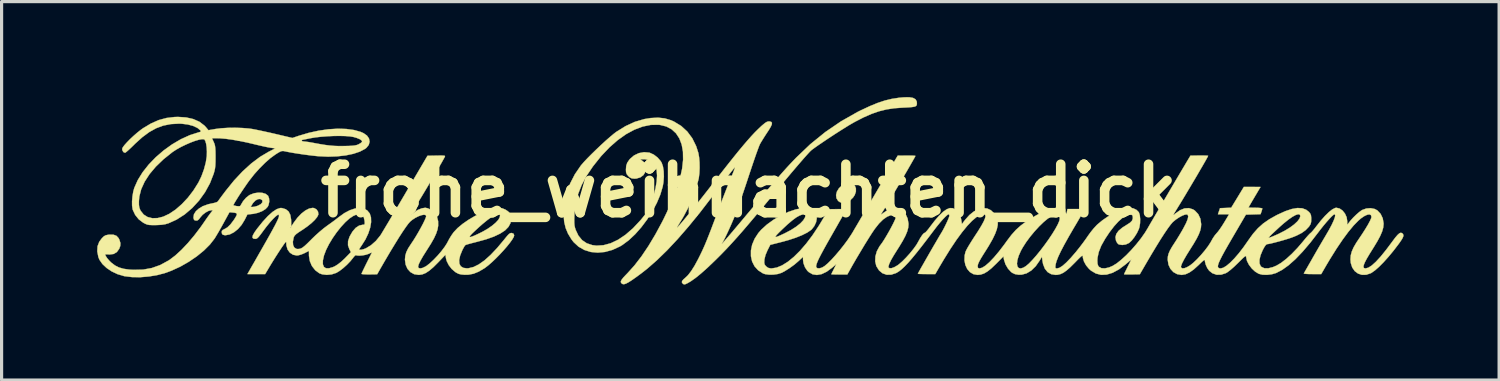
<source format=kicad_pcb>
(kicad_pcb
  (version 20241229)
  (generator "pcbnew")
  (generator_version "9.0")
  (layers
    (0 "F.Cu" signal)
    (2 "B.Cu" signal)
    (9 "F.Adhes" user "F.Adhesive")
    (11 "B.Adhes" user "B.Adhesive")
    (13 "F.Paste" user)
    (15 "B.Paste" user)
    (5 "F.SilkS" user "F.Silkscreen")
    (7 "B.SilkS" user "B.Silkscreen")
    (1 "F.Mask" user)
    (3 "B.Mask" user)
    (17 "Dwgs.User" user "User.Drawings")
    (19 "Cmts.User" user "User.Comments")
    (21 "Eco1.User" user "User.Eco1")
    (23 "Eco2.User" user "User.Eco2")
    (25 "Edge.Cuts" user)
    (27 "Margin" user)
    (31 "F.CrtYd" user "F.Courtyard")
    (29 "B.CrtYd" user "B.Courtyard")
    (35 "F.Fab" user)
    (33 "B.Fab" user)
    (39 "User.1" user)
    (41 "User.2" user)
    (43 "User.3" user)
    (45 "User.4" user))
  (footprint "frohe_weihnachten_dick"
    (layer "F.Cu")
    (at 20.472 2.943)
    (property "Reference" "frohe_weihnachten_dick" (at 0 0 0) (layer "F.SilkS") (effects (font (size 1.524 1.524) (thickness 0.3))))
    (attr through_hole)
    (fp_poly (pts (xy 3.269 -0.22) (xy 3.33 -0.16) (xy 3.363 -0.076) (xy 3.363 0.024) (xy 3.326 0.133) (xy 3.27 0.216) (xy 3.173 0.306) (xy 3.067 0.362) (xy 2.96 0.38) (xy 2.863 0.359) (xy 2.806 0.319) (xy 2.752 0.233) (xy 2.74 0.132) (xy 2.767 0.025) (xy 2.83 -0.079) (xy 2.926 -0.17) (xy 2.966 -0.197) (xy 3.082 -0.246) (xy 3.184 -0.251) (xy 3.269 -0.22)) (stroke (width 0.01) (type solid)) (fill yes) (layer "F.SilkS"))
    (fp_poly (pts (xy 5.156 -2.918) (xy 5.234 -2.876) (xy 5.272 -2.81) (xy 5.277 -2.781) (xy 5.279 -2.728) (xy 5.271 -2.688) (xy 5.246 -2.66) (xy 5.197 -2.641) (xy 5.117 -2.629) (xy 5 -2.62) (xy 4.84 -2.612) (xy 4.833 -2.612) (xy 4.569 -2.593) (xy 4.325 -2.556) (xy 4.09 -2.498) (xy 3.854 -2.416) (xy 3.605 -2.307) (xy 3.333 -2.167) (xy 3.257 -2.124) (xy 3.145 -2.059) (xy 3.006 -1.973) (xy 2.846 -1.872) (xy 2.676 -1.763) (xy 2.504 -1.65) (xy 2.339 -1.539) (xy 2.189 -1.437) (xy 2.064 -1.349) (xy 1.972 -1.281) (xy 1.964 -1.274) (xy 1.921 -1.234) (xy 1.85 -1.157) (xy 1.752 -1.048) (xy 1.631 -0.909) (xy 1.49 -0.745) (xy 1.331 -0.558) (xy 1.157 -0.351) (xy 0.972 -0.129) (xy 0.882 -0.02) (xy 0.621 0.295) (xy 0.389 0.575) (xy 0.181 0.822) (xy -0.004 1.041) (xy -0.17 1.235) (xy -0.321 1.408) (xy -0.46 1.563) (xy -0.59 1.706) (xy -0.714 1.838) (xy -0.836 1.964) (xy -0.959 2.088) (xy -1.083 2.21) (xy -1.306 2.423) (xy -1.502 2.597) (xy -1.673 2.736) (xy -1.823 2.842) (xy -1.922 2.9) (xy -1.991 2.933) (xy -2.033 2.94) (xy -2.066 2.925) (xy -2.068 2.923) (xy -2.102 2.881) (xy -2.098 2.836) (xy -2.052 2.781) (xy -2.006 2.742) (xy -1.91 2.65) (xy -1.81 2.52) (xy -1.702 2.349) (xy -1.585 2.133) (xy -1.564 2.09) (xy -1.512 1.985) (xy -1.464 1.885) (xy -1.418 1.783) (xy -1.37 1.674) (xy -1.319 1.55) (xy -1.262 1.407) (xy -1.196 1.238) (xy -1.12 1.037) (xy -1.029 0.797) (xy -0.969 0.635) (xy -0.892 0.431) (xy -0.813 0.225) (xy -0.736 0.027) (xy -0.665 -0.154) (xy -0.603 -0.308) (xy -0.555 -0.426) (xy -0.547 -0.443) (xy -0.5 -0.557) (xy -0.464 -0.649) (xy -0.442 -0.711) (xy -0.437 -0.737) (xy -0.441 -0.736) (xy -0.481 -0.688) (xy -0.548 -0.605) (xy -0.635 -0.494) (xy -0.739 -0.36) (xy -0.856 -0.209) (xy -0.979 -0.046) (xy -1.106 0.121) (xy -1.167 0.203) (xy -1.536 0.683) (xy -1.894 1.122) (xy -2.24 1.52) (xy -2.572 1.874) (xy -2.89 2.183) (xy -3.192 2.447) (xy -3.378 2.593) (xy -3.544 2.715) (xy -3.676 2.808) (xy -3.778 2.873) (xy -3.856 2.914) (xy -3.914 2.933) (xy -3.957 2.932) (xy -3.99 2.914) (xy -3.998 2.907) (xy -4.019 2.877) (xy -4.02 2.841) (xy -3.996 2.794) (xy -3.945 2.728) (xy -3.861 2.639) (xy -3.804 2.58) (xy -3.591 2.343) (xy -3.373 2.06) (xy -3.154 1.735) (xy -2.937 1.373) (xy -2.724 0.979) (xy -2.669 0.87) (xy -2.496 0.509) (xy -2.356 0.181) (xy -2.244 -0.121) (xy -2.16 -0.403) (xy -2.101 -0.67) (xy -2.096 -0.695) (xy -2.065 -0.974) (xy -2.069 -1.227) (xy -2.109 -1.452) (xy -2.183 -1.646) (xy -2.289 -1.807) (xy -2.426 -1.933) (xy -2.593 -2.021) (xy -2.789 -2.069) (xy -2.835 -2.074) (xy -3.08 -2.07) (xy -3.335 -2.018) (xy -3.595 -1.92) (xy -3.857 -1.778) (xy -4.119 -1.592) (xy -4.377 -1.366) (xy -4.629 -1.101) (xy -4.657 -1.068) (xy -4.9 -0.763) (xy -5.098 -0.468) (xy -5.252 -0.18) (xy -5.365 0.107) (xy -5.439 0.397) (xy -5.476 0.697) (xy -5.479 0.762) (xy -5.484 0.903) (xy -5.483 1.006) (xy -5.477 1.085) (xy -5.463 1.152) (xy -5.441 1.222) (xy -5.439 1.228) (xy -5.353 1.409) (xy -5.237 1.55) (xy -5.091 1.649) (xy -4.915 1.707) (xy -4.784 1.723) (xy -4.564 1.709) (xy -4.337 1.647) (xy -4.106 1.537) (xy -3.874 1.381) (xy -3.641 1.179) (xy -3.411 0.934) (xy -3.378 0.896) (xy -3.283 0.777) (xy -3.212 0.679) (xy -3.157 0.583) (xy -3.108 0.474) (xy -3.077 0.397) (xy -2.994 0.156) (xy -2.933 -0.074) (xy -2.896 -0.288) (xy -2.883 -0.48) (xy -2.895 -0.642) (xy -2.933 -0.768) (xy -2.937 -0.775) (xy -3.021 -0.891) (xy -3.13 -0.962) (xy -3.265 -0.99) (xy -3.286 -0.991) (xy -3.415 -0.991) (xy -3.352 -0.947) (xy -3.276 -0.883) (xy -3.238 -0.815) (xy -3.227 -0.724) (xy -3.248 -0.596) (xy -3.311 -0.493) (xy -3.409 -0.421) (xy -3.535 -0.384) (xy -3.591 -0.381) (xy -3.676 -0.389) (xy -3.739 -0.42) (xy -3.783 -0.459) (xy -3.833 -0.519) (xy -3.856 -0.58) (xy -3.861 -0.661) (xy -3.852 -0.782) (xy -3.82 -0.879) (xy -3.756 -0.973) (xy -3.732 -1.002) (xy -3.605 -1.111) (xy -3.454 -1.183) (xy -3.292 -1.213) (xy -3.13 -1.199) (xy -3.112 -1.194) (xy -2.987 -1.137) (xy -2.867 -1.045) (xy -2.769 -0.932) (xy -2.738 -0.88) (xy -2.698 -0.765) (xy -2.675 -0.616) (xy -2.669 -0.446) (xy -2.682 -0.269) (xy -2.705 -0.135) (xy -2.779 0.116) (xy -2.889 0.378) (xy -3.029 0.642) (xy -3.193 0.899) (xy -3.375 1.142) (xy -3.569 1.362) (xy -3.771 1.552) (xy -3.973 1.702) (xy -4.048 1.747) (xy -4.284 1.856) (xy -4.519 1.921) (xy -4.748 1.942) (xy -4.965 1.922) (xy -5.166 1.859) (xy -5.348 1.756) (xy -5.503 1.613) (xy -5.569 1.528) (xy -5.68 1.346) (xy -5.755 1.166) (xy -5.8 0.974) (xy -5.819 0.754) (xy -5.82 0.674) (xy -5.795 0.377) (xy -5.726 0.073) (xy -5.614 -0.228) (xy -5.465 -0.518) (xy -5.28 -0.788) (xy -5.26 -0.813) (xy -5.179 -0.906) (xy -5.068 -1.024) (xy -4.936 -1.157) (xy -4.791 -1.298) (xy -4.641 -1.44) (xy -4.494 -1.575) (xy -4.358 -1.694) (xy -4.242 -1.791) (xy -4.166 -1.849) (xy -3.873 -2.031) (xy -3.582 -2.165) (xy -3.286 -2.252) (xy -3.084 -2.285) (xy -2.851 -2.297) (xy -2.644 -2.275) (xy -2.448 -2.217) (xy -2.349 -2.173) (xy -2.125 -2.036) (xy -1.934 -1.861) (xy -1.777 -1.65) (xy -1.655 -1.403) (xy -1.586 -1.188) (xy -1.563 -1.057) (xy -1.549 -0.894) (xy -1.546 -0.719) (xy -1.554 -0.548) (xy -1.572 -0.402) (xy -1.574 -0.391) (xy -1.628 -0.176) (xy -1.708 0.064) (xy -1.808 0.317) (xy -1.923 0.567) (xy -2.047 0.801) (xy -2.099 0.889) (xy -2.155 0.981) (xy -2.208 1.067) (xy -2.245 1.129) (xy -2.246 1.13) (xy -2.258 1.155) (xy -2.241 1.144) (xy -2.199 1.099) (xy -2.134 1.025) (xy -2.048 0.924) (xy -1.946 0.8) (xy -1.828 0.656) (xy -1.699 0.496) (xy -1.561 0.323) (xy -1.416 0.14) (xy -1.268 -0.049) (xy -1.16 -0.188) (xy -0.915 -0.503) (xy -0.697 -0.781) (xy -0.504 -1.024) (xy -0.333 -1.236) (xy -0.18 -1.42) (xy -0.044 -1.579) (xy 0.078 -1.716) (xy 0.189 -1.835) (xy 0.293 -1.938) (xy 0.39 -2.03) (xy 0.43 -2.065) (xy 0.512 -2.132) (xy 0.572 -2.168) (xy 0.624 -2.18) (xy 0.646 -2.179) (xy 0.7 -2.166) (xy 0.725 -2.138) (xy 0.722 -2.088) (xy 0.689 -2.012) (xy 0.625 -1.905) (xy 0.577 -1.833) (xy 0.503 -1.72) (xy 0.433 -1.608) (xy 0.375 -1.513) (xy 0.346 -1.46) (xy 0.323 -1.407) (xy 0.287 -1.311) (xy 0.239 -1.18) (xy 0.183 -1.02) (xy 0.121 -0.838) (xy 0.055 -0.641) (xy -0.002 -0.47) (xy -0.074 -0.251) (xy -0.148 -0.031) (xy -0.22 0.182) (xy -0.289 0.378) (xy -0.349 0.549) (xy -0.4 0.686) (xy -0.424 0.749) (xy -0.484 0.895) (xy -0.551 1.051) (xy -0.621 1.208) (xy -0.69 1.356) (xy -0.753 1.486) (xy -0.806 1.588) (xy -0.843 1.651) (xy -0.854 1.67) (xy -0.832 1.651) (xy -0.78 1.592) (xy -0.696 1.496) (xy -0.581 1.362) (xy -0.436 1.191) (xy -0.26 0.982) (xy -0.055 0.737) (xy 0.084 0.572) (xy 0.297 0.316) (xy 0.483 0.095) (xy 0.643 -0.096) (xy 0.782 -0.259) (xy 0.903 -0.401) (xy 1.01 -0.524) (xy 1.107 -0.633) (xy 1.197 -0.733) (xy 1.285 -0.828) (xy 1.373 -0.921) (xy 1.465 -1.017) (xy 1.485 -1.038) (xy 1.931 -1.463) (xy 2.401 -1.844) (xy 2.895 -2.181) (xy 3.415 -2.476) (xy 3.518 -2.527) (xy 3.796 -2.657) (xy 4.044 -2.759) (xy 4.273 -2.835) (xy 4.494 -2.888) (xy 4.716 -2.922) (xy 4.875 -2.936) (xy 5.038 -2.938) (xy 5.156 -2.918)) (stroke (width 0.01) (type solid)) (fill yes) (layer "F.SilkS"))
    (fp_poly (pts (xy -17.675 -2.304) (xy -17.448 -2.252) (xy -17.256 -2.167) (xy -17.099 -2.047) (xy -17.048 -1.991) (xy -16.975 -1.903) (xy -16.752 -1.942) (xy -16.575 -1.964) (xy -16.365 -1.977) (xy -16.14 -1.98) (xy -15.918 -1.973) (xy -15.714 -1.957) (xy -15.599 -1.941) (xy -15.499 -1.922) (xy -15.362 -1.894) (xy -15.201 -1.859) (xy -15.028 -1.821) (xy -14.855 -1.781) (xy -14.851 -1.78) (xy -14.338 -1.659) (xy -14.134 -1.728) (xy -13.82 -1.821) (xy -13.508 -1.889) (xy -13.204 -1.932) (xy -12.914 -1.95) (xy -12.644 -1.942) (xy -12.402 -1.909) (xy -12.193 -1.85) (xy -12.101 -1.809) (xy -11.994 -1.733) (xy -11.931 -1.641) (xy -11.913 -1.541) (xy -11.939 -1.442) (xy -12.012 -1.351) (xy -12.054 -1.318) (xy -12.218 -1.231) (xy -12.424 -1.162) (xy -12.663 -1.112) (xy -12.929 -1.082) (xy -13.214 -1.072) (xy -13.513 -1.086) (xy -13.564 -1.09) (xy -13.74 -1.109) (xy -13.936 -1.134) (xy -14.136 -1.163) (xy -14.326 -1.193) (xy -14.49 -1.223) (xy -14.574 -1.241) (xy -14.626 -1.25) (xy -14.67 -1.248) (xy -14.72 -1.231) (xy -14.787 -1.194) (xy -14.876 -1.137) (xy -15.029 -1.026) (xy -15.195 -0.88) (xy -15.367 -0.708) (xy -15.535 -0.521) (xy -15.688 -0.327) (xy -15.71 -0.297) (xy -15.79 -0.184) (xy -15.873 -0.062) (xy -15.956 0.062) (xy -16.033 0.18) (xy -16.099 0.286) (xy -16.151 0.372) (xy -16.183 0.43) (xy -16.191 0.454) (xy -16.162 0.464) (xy -16.103 0.478) (xy -16.082 0.482) (xy -16.015 0.49) (xy -15.979 0.479) (xy -15.955 0.442) (xy -15.952 0.436) (xy -15.886 0.326) (xy -15.796 0.222) (xy -15.698 0.143) (xy -15.667 0.125) (xy -15.541 0.077) (xy -15.409 0.058) (xy -15.285 0.064) (xy -15.179 0.096) (xy -15.105 0.153) (xy -15.1 0.16) (xy -15.07 0.241) (xy -15.065 0.344) (xy -15.087 0.446) (xy -15.111 0.499) (xy -15.181 0.573) (xy -15.288 0.64) (xy -15.42 0.692) (xy -15.564 0.724) (xy -15.591 0.727) (xy -15.751 0.744) (xy -15.836 0.912) (xy -15.932 1.069) (xy -16.047 1.201) (xy -16.174 1.303) (xy -16.305 1.37) (xy -16.432 1.395) (xy -16.472 1.393) (xy -16.529 1.377) (xy -16.553 1.336) (xy -16.556 1.314) (xy -16.554 1.262) (xy -16.523 1.229) (xy -16.479 1.208) (xy -16.38 1.15) (xy -16.282 1.056) (xy -16.181 0.922) (xy -16.151 0.877) (xy -16.099 0.79) (xy -16.08 0.736) (xy -16.096 0.705) (xy -16.15 0.689) (xy -16.215 0.682) (xy -16.314 0.673) (xy -16.502 1.016) (xy -16.575 1.149) (xy -16.649 1.279) (xy -16.716 1.392) (xy -16.768 1.478) (xy -16.781 1.499) (xy -16.929 1.689) (xy -17.119 1.878) (xy -17.343 2.06) (xy -17.593 2.23) (xy -17.859 2.382) (xy -18.134 2.508) (xy -18.315 2.576) (xy -18.569 2.645) (xy -18.84 2.691) (xy -19.113 2.714) (xy -19.373 2.711) (xy -19.608 2.683) (xy -19.634 2.677) (xy -19.831 2.618) (xy -20.013 2.532) (xy -20.173 2.424) (xy -20.304 2.301) (xy -20.397 2.168) (xy -20.432 2.082) (xy -20.467 1.901) (xy -20.458 1.742) (xy -20.404 1.601) (xy -20.322 1.491) (xy -20.259 1.43) (xy -20.203 1.398) (xy -20.13 1.382) (xy -20.083 1.377) (xy -19.956 1.38) (xy -19.863 1.415) (xy -19.797 1.487) (xy -19.772 1.538) (xy -19.74 1.641) (xy -19.745 1.733) (xy -19.778 1.822) (xy -19.851 1.924) (xy -19.951 1.984) (xy -20.077 2) (xy -20.098 1.999) (xy -20.168 1.995) (xy -20.211 1.996) (xy -20.218 1.999) (xy -20.201 2.048) (xy -20.155 2.118) (xy -20.089 2.195) (xy -20.026 2.257) (xy -19.91 2.345) (xy -19.785 2.408) (xy -19.64 2.45) (xy -19.464 2.475) (xy -19.328 2.483) (xy -19.029 2.476) (xy -18.753 2.426) (xy -18.489 2.332) (xy -18.23 2.191) (xy -18.193 2.167) (xy -18.015 2.032) (xy -17.823 1.856) (xy -17.622 1.644) (xy -17.418 1.402) (xy -17.216 1.136) (xy -17.106 0.978) (xy -17.034 0.873) (xy -16.967 0.779) (xy -16.913 0.706) (xy -16.882 0.667) (xy -16.849 0.627) (xy -16.85 0.612) (xy -16.879 0.61) (xy -16.966 0.629) (xy -17.064 0.681) (xy -17.158 0.754) (xy -17.224 0.829) (xy -17.276 0.897) (xy -17.318 0.93) (xy -17.363 0.936) (xy -17.369 0.935) (xy -17.416 0.922) (xy -17.437 0.887) (xy -17.445 0.834) (xy -17.429 0.736) (xy -17.368 0.641) (xy -17.27 0.555) (xy -17.189 0.508) (xy -15.649 0.508) (xy -15.585 0.508) (xy -15.52 0.499) (xy -15.439 0.475) (xy -15.418 0.467) (xy -15.331 0.42) (xy -15.283 0.366) (xy -15.279 0.312) (xy -15.292 0.29) (xy -15.349 0.256) (xy -15.421 0.263) (xy -15.498 0.305) (xy -15.571 0.38) (xy -15.603 0.429) (xy -15.649 0.508) (xy -17.189 0.508) (xy -17.141 0.481) (xy -16.987 0.424) (xy -16.87 0.398) (xy -16.781 0.379) (xy -16.712 0.356) (xy -16.678 0.334) (xy -16.656 0.302) (xy -16.609 0.237) (xy -16.543 0.148) (xy -16.464 0.043) (xy -16.426 -0.007) (xy -16.168 -0.326) (xy -15.9 -0.612) (xy -15.627 -0.86) (xy -15.353 -1.066) (xy -15.083 -1.226) (xy -15.079 -1.228) (xy -14.872 -1.333) (xy -15.013 -1.351) (xy -15.091 -1.364) (xy -15.203 -1.387) (xy -15.337 -1.417) (xy -15.479 -1.45) (xy -15.511 -1.458) (xy -15.757 -1.516) (xy -16 -1.566) (xy -16.05 -1.575) (xy -14.046 -1.575) (xy -14.024 -1.556) (xy -13.976 -1.549) (xy -13.918 -1.543) (xy -13.828 -1.531) (xy -13.723 -1.513) (xy -13.703 -1.509) (xy -13.491 -1.47) (xy -13.315 -1.441) (xy -13.163 -1.422) (xy -13.023 -1.41) (xy -12.881 -1.405) (xy -12.725 -1.406) (xy -12.713 -1.406) (xy -12.562 -1.409) (xy -12.452 -1.415) (xy -12.371 -1.425) (xy -12.311 -1.439) (xy -12.261 -1.459) (xy -12.257 -1.461) (xy -12.194 -1.498) (xy -12.154 -1.532) (xy -12.148 -1.541) (xy -12.161 -1.58) (xy -12.219 -1.621) (xy -12.32 -1.662) (xy -12.421 -1.691) (xy -12.528 -1.709) (xy -12.675 -1.72) (xy -12.849 -1.724) (xy -13.041 -1.722) (xy -13.239 -1.713) (xy -13.433 -1.698) (xy -13.61 -1.678) (xy -13.761 -1.653) (xy -13.767 -1.652) (xy -13.872 -1.63) (xy -13.958 -1.613) (xy -14.014 -1.602) (xy -14.027 -1.6) (xy -14.046 -1.581) (xy -14.046 -1.575) (xy -16.05 -1.575) (xy -16.229 -1.606) (xy -16.435 -1.634) (xy -16.608 -1.649) (xy -16.681 -1.651) (xy -16.864 -1.651) (xy -16.808 -1.53) (xy -16.785 -1.474) (xy -16.769 -1.415) (xy -16.76 -1.343) (xy -16.754 -1.246) (xy -16.752 -1.112) (xy -16.752 -1.067) (xy -16.753 -0.915) (xy -16.758 -0.799) (xy -16.768 -0.706) (xy -16.786 -0.621) (xy -16.811 -0.534) (xy -16.927 -0.238) (xy -17.081 0.044) (xy -17.269 0.306) (xy -17.485 0.541) (xy -17.722 0.743) (xy -17.977 0.906) (xy -18.227 1.019) (xy -18.331 1.05) (xy -18.447 1.068) (xy -18.592 1.076) (xy -18.631 1.077) (xy -18.75 1.077) (xy -18.833 1.073) (xy -18.896 1.061) (xy -18.953 1.039) (xy -19.02 1.004) (xy -19.025 1.001) (xy -19.164 0.896) (xy -19.276 0.757) (xy -19.351 0.598) (xy -19.357 0.575) (xy -19.373 0.466) (xy -19.374 0.33) (xy -19.159 0.33) (xy -19.158 0.44) (xy -19.148 0.519) (xy -19.124 0.586) (xy -19.101 0.631) (xy -19.008 0.747) (xy -18.886 0.824) (xy -18.738 0.861) (xy -18.571 0.857) (xy -18.396 0.813) (xy -18.204 0.723) (xy -18.006 0.59) (xy -17.81 0.419) (xy -17.621 0.218) (xy -17.447 -0.009) (xy -17.292 -0.255) (xy -17.29 -0.258) (xy -17.195 -0.454) (xy -17.116 -0.67) (xy -17.058 -0.887) (xy -17.027 -1.087) (xy -17.026 -1.1) (xy -17.023 -1.235) (xy -17.03 -1.364) (xy -17.047 -1.477) (xy -17.072 -1.563) (xy -17.102 -1.612) (xy -17.111 -1.618) (xy -17.175 -1.622) (xy -17.274 -1.604) (xy -17.399 -1.567) (xy -17.54 -1.514) (xy -17.689 -1.449) (xy -17.838 -1.377) (xy -17.977 -1.299) (xy -18.097 -1.221) (xy -18.104 -1.216) (xy -18.386 -0.991) (xy -18.627 -0.759) (xy -18.825 -0.524) (xy -18.979 -0.286) (xy -19.087 -0.049) (xy -19.147 0.185) (xy -19.159 0.33) (xy -19.374 0.33) (xy -19.374 0.327) (xy -19.361 0.174) (xy -19.336 0.025) (xy -19.305 -0.087) (xy -19.195 -0.335) (xy -19.042 -0.582) (xy -18.851 -0.824) (xy -18.629 -1.054) (xy -18.382 -1.267) (xy -18.118 -1.457) (xy -17.842 -1.619) (xy -17.561 -1.747) (xy -17.302 -1.83) (xy -17.236 -1.849) (xy -17.212 -1.868) (xy -17.221 -1.892) (xy -17.222 -1.893) (xy -17.318 -1.974) (xy -17.455 -2.038) (xy -17.624 -2.083) (xy -17.817 -2.107) (xy -17.907 -2.109) (xy -18.159 -2.095) (xy -18.393 -2.048) (xy -18.616 -1.966) (xy -18.834 -1.845) (xy -19.054 -1.682) (xy -19.283 -1.475) (xy -19.313 -1.444) (xy -19.406 -1.354) (xy -19.488 -1.278) (xy -19.551 -1.223) (xy -19.589 -1.196) (xy -19.594 -1.194) (xy -19.645 -1.216) (xy -19.679 -1.273) (xy -19.685 -1.316) (xy -19.666 -1.362) (xy -19.615 -1.432) (xy -19.537 -1.519) (xy -19.441 -1.618) (xy -19.333 -1.719) (xy -19.22 -1.818) (xy -19.11 -1.906) (xy -19.03 -1.964) (xy -18.781 -2.113) (xy -18.542 -2.219) (xy -18.3 -2.286) (xy -18.046 -2.317) (xy -17.932 -2.321) (xy -17.675 -2.304)) (stroke (width 0.01) (type solid)) (fill yes) (layer "F.SilkS"))
    (fp_poly (pts (xy -9.608 -1.106) (xy -9.563 -1.102) (xy -9.545 -1.092) (xy -9.546 -1.075) (xy -9.555 -1.057) (xy -9.593 -0.988) (xy -9.652 -0.882) (xy -9.729 -0.749) (xy -9.819 -0.594) (xy -9.917 -0.426) (xy -10.02 -0.252) (xy -10.122 -0.08) (xy -10.22 0.084) (xy -10.309 0.231) (xy -10.342 0.284) (xy -10.424 0.42) (xy -10.497 0.54) (xy -10.556 0.639) (xy -10.597 0.71) (xy -10.616 0.747) (xy -10.617 0.75) (xy -10.6 0.744) (xy -10.556 0.712) (xy -10.516 0.679) (xy -10.399 0.601) (xy -10.271 0.55) (xy -10.162 0.533) (xy -10.082 0.551) (xy -9.99 0.595) (xy -9.907 0.655) (xy -9.862 0.704) (xy -9.792 0.828) (xy -9.76 0.954) (xy -9.759 1.1) (xy -9.779 1.216) (xy -9.822 1.344) (xy -9.89 1.492) (xy -9.988 1.664) (xy -10.112 1.86) (xy -10.231 2.048) (xy -10.317 2.198) (xy -10.37 2.309) (xy -10.389 2.383) (xy -10.389 2.387) (xy -10.37 2.427) (xy -10.318 2.438) (xy -10.242 2.421) (xy -10.15 2.375) (xy -10.126 2.36) (xy -10.019 2.277) (xy -9.899 2.165) (xy -9.774 2.034) (xy -9.656 1.896) (xy -9.555 1.762) (xy -9.48 1.645) (xy -9.464 1.614) (xy -9.405 1.503) (xy -9.365 1.439) (xy -8.771 1.439) (xy -8.762 1.453) (xy -8.723 1.447) (xy -8.685 1.434) (xy -8.618 1.407) (xy -8.522 1.363) (xy -8.413 1.31) (xy -8.354 1.28) (xy -8.206 1.195) (xy -8.07 1.101) (xy -7.956 1.006) (xy -7.872 0.916) (xy -7.828 0.84) (xy -7.813 0.776) (xy -7.83 0.745) (xy -7.885 0.737) (xy -7.961 0.757) (xy -8.068 0.815) (xy -8.203 0.911) (xy -8.364 1.042) (xy -8.474 1.139) (xy -8.602 1.257) (xy -8.693 1.344) (xy -8.749 1.404) (xy -8.771 1.439) (xy -9.365 1.439) (xy -9.334 1.389) (xy -9.272 1.302) (xy -9.148 1.17) (xy -8.989 1.038) (xy -8.805 0.911) (xy -8.607 0.794) (xy -8.404 0.693) (xy -8.205 0.613) (xy -8.021 0.558) (xy -7.86 0.534) (xy -7.838 0.534) (xy -7.746 0.55) (xy -7.647 0.591) (xy -7.561 0.648) (xy -7.506 0.711) (xy -7.505 0.713) (xy -7.48 0.786) (xy -7.468 0.875) (xy -7.468 0.891) (xy -7.488 1.018) (xy -7.552 1.135) (xy -7.658 1.244) (xy -7.811 1.344) (xy -8.009 1.438) (xy -8.255 1.525) (xy -8.551 1.606) (xy -8.587 1.615) (xy -8.704 1.645) (xy -8.803 1.672) (xy -8.874 1.693) (xy -8.905 1.706) (xy -8.93 1.738) (xy -8.967 1.802) (xy -8.999 1.863) (xy -9.068 2.032) (xy -9.1 2.174) (xy -9.093 2.287) (xy -9.05 2.37) (xy -8.971 2.42) (xy -8.856 2.436) (xy -8.802 2.432) (xy -8.647 2.394) (xy -8.482 2.312) (xy -8.303 2.186) (xy -8.111 2.014) (xy -7.905 1.796) (xy -7.683 1.531) (xy -7.661 1.503) (xy -7.588 1.414) (xy -7.536 1.359) (xy -7.496 1.332) (xy -7.459 1.325) (xy -7.446 1.326) (xy -7.392 1.346) (xy -7.371 1.397) (xy -7.371 1.398) (xy -7.385 1.45) (xy -7.431 1.529) (xy -7.504 1.631) (xy -7.597 1.747) (xy -7.707 1.873) (xy -7.826 2.002) (xy -7.949 2.127) (xy -8.071 2.243) (xy -8.186 2.343) (xy -8.289 2.422) (xy -8.304 2.432) (xy -8.483 2.538) (xy -8.645 2.604) (xy -8.803 2.635) (xy -8.926 2.638) (xy -9.035 2.628) (xy -9.115 2.609) (xy -9.187 2.573) (xy -9.22 2.552) (xy -9.332 2.456) (xy -9.426 2.335) (xy -9.491 2.206) (xy -9.513 2.122) (xy -9.53 2.01) (xy -9.762 2.252) (xy -9.91 2.4) (xy -10.037 2.508) (xy -10.149 2.582) (xy -10.254 2.625) (xy -10.357 2.641) (xy -10.376 2.641) (xy -10.514 2.619) (xy -10.631 2.553) (xy -10.722 2.452) (xy -10.78 2.321) (xy -10.802 2.167) (xy -10.802 2.158) (xy -10.791 2.039) (xy -10.759 1.927) (xy -10.7 1.807) (xy -10.609 1.667) (xy -10.534 1.555) (xy -10.454 1.426) (xy -10.374 1.29) (xy -10.299 1.155) (xy -10.232 1.029) (xy -10.18 0.921) (xy -10.146 0.839) (xy -10.135 0.795) (xy -10.154 0.761) (xy -10.206 0.752) (xy -10.283 0.766) (xy -10.375 0.799) (xy -10.473 0.848) (xy -10.569 0.91) (xy -10.64 0.969) (xy -10.697 1.034) (xy -10.774 1.139) (xy -10.872 1.282) (xy -10.987 1.46) (xy -11.116 1.669) (xy -11.259 1.904) (xy -11.412 2.164) (xy -11.574 2.444) (xy -11.612 2.511) (xy -11.675 2.622) (xy -11.921 2.626) (xy -12.026 2.625) (xy -12.108 2.621) (xy -12.157 2.615) (xy -12.167 2.609) (xy -12.156 2.581) (xy -12.126 2.516) (xy -12.081 2.423) (xy -12.026 2.31) (xy -12.002 2.262) (xy -11.838 1.934) (xy -11.952 1.984) (xy -12.035 2.011) (xy -12.134 2.029) (xy -12.23 2.037) (xy -12.308 2.033) (xy -12.34 2.022) (xy -12.367 2.032) (xy -12.408 2.075) (xy -12.432 2.107) (xy -12.516 2.211) (xy -12.624 2.323) (xy -12.742 2.429) (xy -12.857 2.517) (xy -12.956 2.577) (xy -12.958 2.578) (xy -13.105 2.626) (xy -13.258 2.641) (xy -13.401 2.624) (xy -13.491 2.591) (xy -13.62 2.495) (xy -13.722 2.365) (xy -13.747 2.307) (xy -13.381 2.307) (xy -13.349 2.389) (xy -13.285 2.432) (xy -13.19 2.435) (xy -13.065 2.398) (xy -13.003 2.37) (xy -12.909 2.311) (xy -12.797 2.223) (xy -12.684 2.117) (xy -12.682 2.114) (xy -12.499 1.927) (xy -12.548 1.834) (xy -12.591 1.712) (xy -12.589 1.583) (xy -12.541 1.44) (xy -12.539 1.435) (xy -12.45 1.281) (xy -12.35 1.165) (xy -12.241 1.093) (xy -12.129 1.067) (xy -12.127 1.067) (xy -12.087 1.064) (xy -12.069 1.048) (xy -12.065 1.004) (xy -12.071 0.936) (xy -12.098 0.826) (xy -12.152 0.759) (xy -12.233 0.734) (xy -12.34 0.753) (xy -12.427 0.791) (xy -12.546 0.87) (xy -12.677 0.988) (xy -12.813 1.136) (xy -12.948 1.306) (xy -13.075 1.488) (xy -13.187 1.674) (xy -13.278 1.855) (xy -13.342 2.022) (xy -13.345 2.03) (xy -13.38 2.187) (xy -13.381 2.307) (xy -13.747 2.307) (xy -13.789 2.211) (xy -13.817 2.044) (xy -13.817 2.03) (xy -13.818 1.887) (xy -13.961 1.96) (xy -14.053 1.999) (xy -14.144 2.025) (xy -14.196 2.032) (xy -14.317 2.009) (xy -14.416 1.944) (xy -14.488 1.846) (xy -14.525 1.72) (xy -14.529 1.661) (xy -14.53 1.622) (xy -14.536 1.605) (xy -14.552 1.613) (xy -14.583 1.651) (xy -14.634 1.724) (xy -14.69 1.806) (xy -14.771 1.929) (xy -14.865 2.075) (xy -14.958 2.224) (xy -15.023 2.33) (xy -15.194 2.616) (xy -15.75 2.616) (xy -15.688 2.508) (xy -15.659 2.456) (xy -15.608 2.367) (xy -15.54 2.25) (xy -15.461 2.111) (xy -15.374 1.958) (xy -15.314 1.854) (xy -15.171 1.603) (xy -15.052 1.392) (xy -14.956 1.218) (xy -14.923 1.156) (xy -14.402 1.156) (xy -14.389 1.168) (xy -14.376 1.156) (xy -14.389 1.143) (xy -14.402 1.156) (xy -14.923 1.156) (xy -14.881 1.079) (xy -14.826 0.969) (xy -14.788 0.888) (xy -14.766 0.83) (xy -14.758 0.794) (xy -14.758 0.793) (xy -14.764 0.752) (xy -14.791 0.753) (xy -14.805 0.76) (xy -14.866 0.806) (xy -14.949 0.887) (xy -15.046 0.995) (xy -15.151 1.123) (xy -15.257 1.263) (xy -15.265 1.276) (xy -15.342 1.379) (xy -15.397 1.448) (xy -15.439 1.488) (xy -15.474 1.507) (xy -15.509 1.511) (xy -15.57 1.499) (xy -15.593 1.463) (xy -15.579 1.398) (xy -15.527 1.305) (xy -15.452 1.199) (xy -15.27 0.972) (xy -15.106 0.793) (xy -14.959 0.662) (xy -14.831 0.578) (xy -14.721 0.541) (xy -14.665 0.542) (xy -14.544 0.58) (xy -14.458 0.65) (xy -14.403 0.756) (xy -14.378 0.902) (xy -14.376 0.969) (xy -14.376 1.126) (xy -14.295 1.001) (xy -14.178 0.845) (xy -14.055 0.716) (xy -13.93 0.619) (xy -13.811 0.558) (xy -13.702 0.537) (xy -13.655 0.543) (xy -13.581 0.584) (xy -13.533 0.654) (xy -13.521 0.735) (xy -13.524 0.752) (xy -13.561 0.826) (xy -13.636 0.917) (xy -13.742 1.018) (xy -13.872 1.122) (xy -14.018 1.224) (xy -14.031 1.232) (xy -14.141 1.303) (xy -14.215 1.357) (xy -14.261 1.402) (xy -14.288 1.443) (xy -14.299 1.473) (xy -14.323 1.602) (xy -14.315 1.708) (xy -14.277 1.784) (xy -14.211 1.824) (xy -14.17 1.829) (xy -14.118 1.825) (xy -14.068 1.811) (xy -14.015 1.781) (xy -13.95 1.73) (xy -13.868 1.654) (xy -13.759 1.546) (xy -13.729 1.515) (xy -13.612 1.402) (xy -13.482 1.286) (xy -13.355 1.18) (xy -13.246 1.098) (xy -13.246 1.098) (xy -13.134 1.018) (xy -13.02 0.935) (xy -12.922 0.86) (xy -12.88 0.827) (xy -12.705 0.701) (xy -12.534 0.611) (xy -12.373 0.557) (xy -12.225 0.539) (xy -12.095 0.558) (xy -11.989 0.615) (xy -11.91 0.709) (xy -11.908 0.713) (xy -11.869 0.836) (xy -11.865 0.986) (xy -11.894 1.157) (xy -11.954 1.34) (xy -12.043 1.528) (xy -12.157 1.708) (xy -12.203 1.775) (xy -12.234 1.824) (xy -12.243 1.842) (xy -12.222 1.854) (xy -12.168 1.851) (xy -12.096 1.833) (xy -12.027 1.806) (xy -11.867 1.709) (xy -11.714 1.574) (xy -11.582 1.413) (xy -11.56 1.381) (xy -11.526 1.325) (xy -11.469 1.23) (xy -11.392 1.101) (xy -11.298 0.944) (xy -11.19 0.761) (xy -11.07 0.56) (xy -10.943 0.344) (xy -10.81 0.119) (xy -10.772 0.053) (xy -10.094 -1.1) (xy -9.811 -1.105) (xy -9.688 -1.107) (xy -9.608 -1.106)) (stroke (width 0.01) (type solid)) (fill yes) (layer "F.SilkS"))
    (fp_poly (pts (xy 14.352 -1.106) (xy 14.41 -1.103) (xy 14.427 -1.1) (xy 14.415 -1.072) (xy 14.379 -1.006) (xy 14.324 -0.908) (xy 14.252 -0.783) (xy 14.166 -0.636) (xy 14.071 -0.472) (xy 13.968 -0.299) (xy 13.862 -0.12) (xy 13.755 0.059) (xy 13.652 0.231) (xy 13.554 0.393) (xy 13.468 0.532) (xy 13.401 0.642) (xy 13.358 0.713) (xy 13.339 0.751) (xy 13.341 0.76) (xy 13.363 0.745) (xy 13.401 0.712) (xy 13.546 0.609) (xy 13.688 0.552) (xy 13.824 0.544) (xy 13.951 0.584) (xy 14.009 0.621) (xy 14.116 0.734) (xy 14.183 0.876) (xy 14.208 1.044) (xy 14.208 1.055) (xy 14.201 1.152) (xy 14.177 1.254) (xy 14.133 1.368) (xy 14.067 1.501) (xy 13.974 1.661) (xy 13.874 1.82) (xy 13.754 2.012) (xy 13.664 2.168) (xy 13.604 2.287) (xy 13.575 2.367) (xy 13.574 2.403) (xy 13.61 2.435) (xy 13.674 2.434) (xy 13.76 2.402) (xy 13.861 2.342) (xy 13.957 2.266) (xy 14.078 2.151) (xy 14.203 2.017) (xy 14.322 1.876) (xy 14.426 1.739) (xy 14.504 1.619) (xy 14.521 1.588) (xy 14.576 1.49) (xy 14.637 1.4) (xy 14.69 1.336) (xy 14.693 1.334) (xy 14.739 1.281) (xy 14.801 1.196) (xy 14.871 1.092) (xy 14.93 0.997) (xy 15.086 0.737) (xy 14.735 0.737) (xy 14.768 0.641) (xy 14.8 0.546) (xy 15.152 0.531) (xy 15.351 0.205) (xy 15.549 -0.122) (xy 16.073 -0.121) (xy 15.885 0.196) (xy 15.818 0.309) (xy 15.762 0.406) (xy 15.721 0.478) (xy 15.699 0.518) (xy 15.697 0.523) (xy 15.721 0.528) (xy 15.783 0.531) (xy 15.873 0.533) (xy 15.913 0.533) (xy 16.011 0.536) (xy 16.085 0.542) (xy 16.125 0.551) (xy 16.129 0.555) (xy 16.121 0.592) (xy 16.103 0.652) (xy 16.101 0.656) (xy 16.074 0.735) (xy 15.843 0.742) (xy 15.613 0.749) (xy 15.197 1.46) (xy 15.061 1.694) (xy 14.951 1.887) (xy 14.865 2.045) (xy 14.802 2.17) (xy 14.759 2.266) (xy 14.737 2.337) (xy 14.733 2.386) (xy 14.747 2.417) (xy 14.776 2.433) (xy 14.82 2.438) (xy 14.826 2.438) (xy 14.906 2.416) (xy 15.006 2.354) (xy 15.123 2.255) (xy 15.253 2.123) (xy 15.392 1.962) (xy 15.536 1.775) (xy 15.681 1.568) (xy 15.686 1.561) (xy 15.744 1.48) (xy 16.32 1.48) (xy 16.383 1.461) (xy 16.435 1.442) (xy 16.517 1.407) (xy 16.616 1.364) (xy 16.653 1.347) (xy 16.834 1.254) (xy 16.995 1.156) (xy 17.129 1.057) (xy 17.233 0.96) (xy 17.299 0.872) (xy 17.323 0.796) (xy 17.323 0.794) (xy 17.306 0.747) (xy 17.258 0.735) (xy 17.18 0.759) (xy 17.077 0.815) (xy 16.949 0.904) (xy 16.801 1.023) (xy 16.685 1.125) (xy 16.585 1.217) (xy 16.494 1.302) (xy 16.421 1.37) (xy 16.376 1.416) (xy 16.37 1.422) (xy 16.32 1.48) (xy 15.744 1.48) (xy 15.837 1.351) (xy 15.99 1.177) (xy 16.156 1.028) (xy 16.348 0.895) (xy 16.576 0.767) (xy 16.612 0.749) (xy 16.849 0.641) (xy 17.055 0.572) (xy 17.232 0.541) (xy 17.382 0.549) (xy 17.506 0.595) (xy 17.592 0.663) (xy 17.635 0.715) (xy 17.657 0.768) (xy 17.665 0.843) (xy 17.666 0.888) (xy 17.662 0.982) (xy 17.644 1.048) (xy 17.606 1.11) (xy 17.587 1.134) (xy 17.489 1.236) (xy 17.367 1.324) (xy 17.209 1.405) (xy 17.111 1.446) (xy 17.019 1.48) (xy 16.901 1.518) (xy 16.767 1.558) (xy 16.63 1.596) (xy 16.5 1.63) (xy 16.389 1.657) (xy 16.308 1.673) (xy 16.276 1.676) (xy 16.24 1.7) (xy 16.19 1.772) (xy 16.138 1.869) (xy 16.072 2.028) (xy 16.04 2.167) (xy 16.041 2.281) (xy 16.077 2.366) (xy 16.1 2.39) (xy 16.193 2.433) (xy 16.315 2.435) (xy 16.464 2.397) (xy 16.577 2.349) (xy 16.72 2.264) (xy 16.882 2.139) (xy 17.055 1.981) (xy 17.233 1.796) (xy 17.411 1.588) (xy 17.416 1.582) (xy 17.493 1.488) (xy 17.562 1.409) (xy 17.614 1.353) (xy 17.642 1.329) (xy 17.671 1.304) (xy 17.721 1.248) (xy 17.785 1.17) (xy 17.821 1.122) (xy 17.965 0.94) (xy 18.099 0.788) (xy 18.222 0.668) (xy 18.328 0.584) (xy 18.416 0.54) (xy 18.454 0.533) (xy 18.557 0.557) (xy 18.65 0.622) (xy 18.726 0.717) (xy 18.778 0.832) (xy 18.796 0.954) (xy 18.797 1.027) (xy 18.802 1.055) (xy 18.816 1.046) (xy 18.838 1.015) (xy 18.9 0.936) (xy 18.984 0.843) (xy 19.079 0.75) (xy 19.172 0.669) (xy 19.249 0.613) (xy 19.266 0.603) (xy 19.396 0.556) (xy 19.533 0.546) (xy 19.659 0.571) (xy 19.741 0.615) (xy 19.844 0.724) (xy 19.911 0.863) (xy 19.938 1.021) (xy 19.938 1.043) (xy 19.927 1.154) (xy 19.893 1.276) (xy 19.833 1.417) (xy 19.744 1.583) (xy 19.625 1.78) (xy 19.614 1.797) (xy 19.497 1.984) (xy 19.409 2.133) (xy 19.349 2.248) (xy 19.315 2.333) (xy 19.306 2.39) (xy 19.321 2.424) (xy 19.358 2.437) (xy 19.374 2.438) (xy 19.461 2.414) (xy 19.57 2.344) (xy 19.699 2.227) (xy 19.848 2.065) (xy 20.017 1.856) (xy 20.206 1.604) (xy 20.301 1.476) (xy 20.376 1.388) (xy 20.434 1.336) (xy 20.48 1.318) (xy 20.519 1.33) (xy 20.546 1.356) (xy 20.562 1.393) (xy 20.553 1.444) (xy 20.518 1.515) (xy 20.452 1.614) (xy 20.407 1.676) (xy 20.249 1.883) (xy 20.091 2.074) (xy 19.938 2.244) (xy 19.795 2.388) (xy 19.668 2.5) (xy 19.56 2.576) (xy 19.539 2.588) (xy 19.395 2.637) (xy 19.259 2.64) (xy 19.136 2.6) (xy 19.032 2.522) (xy 18.954 2.41) (xy 18.908 2.268) (xy 18.898 2.151) (xy 18.907 2.029) (xy 18.939 1.908) (xy 18.996 1.778) (xy 19.083 1.629) (xy 19.157 1.519) (xy 19.269 1.352) (xy 19.368 1.197) (xy 19.45 1.06) (xy 19.511 0.946) (xy 19.548 0.862) (xy 19.558 0.819) (xy 19.541 0.763) (xy 19.494 0.741) (xy 19.422 0.753) (xy 19.33 0.796) (xy 19.225 0.868) (xy 19.148 0.935) (xy 18.996 1.091) (xy 18.829 1.293) (xy 18.649 1.537) (xy 18.458 1.82) (xy 18.258 2.14) (xy 18.137 2.343) (xy 17.979 2.616) (xy 17.7 2.616) (xy 17.589 2.615) (xy 17.501 2.61) (xy 17.446 2.604) (xy 17.432 2.597) (xy 17.448 2.57) (xy 17.484 2.506) (xy 17.538 2.412) (xy 17.606 2.293) (xy 17.683 2.159) (xy 17.704 2.121) (xy 17.795 1.962) (xy 17.889 1.799) (xy 17.98 1.644) (xy 18.059 1.51) (xy 18.117 1.412) (xy 18.224 1.228) (xy 18.309 1.069) (xy 18.37 0.937) (xy 18.408 0.835) (xy 18.419 0.768) (xy 18.403 0.738) (xy 18.395 0.737) (xy 18.363 0.756) (xy 18.305 0.808) (xy 18.23 0.887) (xy 18.142 0.986) (xy 18.048 1.098) (xy 17.954 1.216) (xy 17.894 1.295) (xy 17.637 1.628) (xy 17.395 1.912) (xy 17.168 2.149) (xy 16.954 2.339) (xy 16.753 2.483) (xy 16.565 2.581) (xy 16.561 2.583) (xy 16.427 2.622) (xy 16.279 2.64) (xy 16.137 2.636) (xy 16.021 2.608) (xy 16.018 2.607) (xy 15.905 2.539) (xy 15.799 2.441) (xy 15.71 2.325) (xy 15.648 2.204) (xy 15.622 2.089) (xy 15.621 2.078) (xy 15.618 2.055) (xy 15.605 2.049) (xy 15.578 2.065) (xy 15.53 2.105) (xy 15.458 2.175) (xy 15.361 2.271) (xy 15.241 2.387) (xy 15.131 2.483) (xy 15.04 2.553) (xy 14.984 2.587) (xy 14.834 2.635) (xy 14.691 2.636) (xy 14.561 2.59) (xy 14.46 2.51) (xy 14.401 2.428) (xy 14.354 2.326) (xy 14.328 2.229) (xy 14.326 2.2) (xy 14.322 2.176) (xy 14.307 2.173) (xy 14.274 2.195) (xy 14.218 2.245) (xy 14.133 2.327) (xy 14.128 2.332) (xy 13.977 2.469) (xy 13.843 2.564) (xy 13.721 2.621) (xy 13.606 2.641) (xy 13.591 2.642) (xy 13.453 2.618) (xy 13.335 2.553) (xy 13.242 2.451) (xy 13.181 2.321) (xy 13.157 2.167) (xy 13.157 2.155) (xy 13.163 2.063) (xy 13.185 1.974) (xy 13.227 1.877) (xy 13.293 1.76) (xy 13.372 1.638) (xy 13.444 1.526) (xy 13.527 1.39) (xy 13.609 1.251) (xy 13.652 1.174) (xy 13.735 1.014) (xy 13.785 0.892) (xy 13.802 0.806) (xy 13.786 0.756) (xy 13.759 0.742) (xy 13.698 0.749) (xy 13.612 0.782) (xy 13.513 0.836) (xy 13.412 0.904) (xy 13.323 0.978) (xy 13.314 0.986) (xy 13.25 1.061) (xy 13.163 1.178) (xy 13.056 1.335) (xy 12.93 1.53) (xy 12.788 1.761) (xy 12.63 2.024) (xy 12.493 2.257) (xy 12.281 2.622) (xy 12.033 2.626) (xy 11.928 2.626) (xy 11.845 2.626) (xy 11.795 2.624) (xy 11.786 2.622) (xy 11.796 2.598) (xy 11.825 2.538) (xy 11.867 2.454) (xy 11.9 2.386) (xy 12.015 2.158) (xy 11.831 2.314) (xy 11.624 2.469) (xy 11.427 2.575) (xy 11.24 2.632) (xy 11.065 2.64) (xy 10.901 2.598) (xy 10.749 2.508) (xy 10.684 2.45) (xy 10.594 2.342) (xy 10.528 2.223) (xy 10.494 2.11) (xy 10.491 2.074) (xy 10.488 2.048) (xy 10.478 2.039) (xy 10.454 2.05) (xy 10.411 2.086) (xy 10.345 2.15) (xy 10.251 2.247) (xy 10.23 2.268) (xy 10.092 2.405) (xy 9.977 2.505) (xy 9.878 2.575) (xy 9.787 2.617) (xy 9.698 2.638) (xy 9.634 2.642) (xy 9.497 2.619) (xy 9.385 2.553) (xy 9.299 2.447) (xy 9.242 2.302) (xy 9.223 2.199) (xy 9.207 2.07) (xy 9.14 2.184) (xy 9.012 2.367) (xy 8.873 2.503) (xy 8.724 2.593) (xy 8.568 2.635) (xy 8.47 2.636) (xy 8.362 2.618) (xy 8.278 2.579) (xy 8.237 2.549) (xy 8.142 2.446) (xy 8.064 2.314) (xy 8.057 2.291) (xy 8.422 2.291) (xy 8.436 2.374) (xy 8.475 2.425) (xy 8.538 2.44) (xy 8.623 2.415) (xy 8.704 2.365) (xy 8.799 2.285) (xy 8.91 2.17) (xy 9.033 2.03) (xy 9.163 1.87) (xy 9.292 1.7) (xy 9.417 1.526) (xy 9.53 1.357) (xy 9.627 1.199) (xy 9.702 1.062) (xy 9.75 0.951) (xy 9.757 0.929) (xy 9.771 0.83) (xy 9.751 0.769) (xy 9.697 0.746) (xy 9.609 0.76) (xy 9.506 0.802) (xy 9.392 0.873) (xy 9.261 0.981) (xy 9.119 1.118) (xy 8.976 1.274) (xy 8.836 1.443) (xy 8.709 1.615) (xy 8.601 1.784) (xy 8.544 1.887) (xy 8.475 2.044) (xy 8.435 2.18) (xy 8.422 2.291) (xy 8.057 2.291) (xy 8.017 2.173) (xy 8.013 2.154) (xy 7.997 2.061) (xy 7.764 2.296) (xy 7.621 2.433) (xy 7.499 2.531) (xy 7.39 2.596) (xy 7.286 2.631) (xy 7.184 2.642) (xy 7.055 2.619) (xy 6.946 2.555) (xy 6.86 2.456) (xy 6.802 2.332) (xy 6.773 2.187) (xy 6.779 2.03) (xy 6.806 1.918) (xy 6.831 1.862) (xy 6.879 1.774) (xy 6.945 1.664) (xy 7.022 1.541) (xy 7.074 1.46) (xy 7.205 1.26) (xy 7.305 1.096) (xy 7.376 0.966) (xy 7.418 0.868) (xy 7.434 0.799) (xy 7.423 0.757) (xy 7.386 0.738) (xy 7.366 0.737) (xy 7.264 0.76) (xy 7.145 0.83) (xy 7.01 0.944) (xy 6.86 1.102) (xy 6.696 1.303) (xy 6.519 1.544) (xy 6.331 1.825) (xy 6.132 2.145) (xy 6.002 2.364) (xy 5.856 2.616) (xy 5.582 2.616) (xy 5.471 2.615) (xy 5.382 2.613) (xy 5.324 2.609) (xy 5.309 2.605) (xy 5.321 2.581) (xy 5.355 2.52) (xy 5.406 2.428) (xy 5.472 2.313) (xy 5.547 2.181) (xy 5.629 2.038) (xy 5.712 1.893) (xy 5.794 1.751) (xy 5.871 1.62) (xy 5.938 1.505) (xy 5.991 1.414) (xy 6.027 1.354) (xy 6.032 1.347) (xy 6.084 1.259) (xy 6.14 1.154) (xy 6.195 1.043) (xy 6.243 0.939) (xy 6.279 0.852) (xy 6.298 0.794) (xy 6.299 0.782) (xy 6.289 0.744) (xy 6.276 0.737) (xy 6.238 0.756) (xy 6.177 0.811) (xy 6.096 0.894) (xy 6.003 1) (xy 5.903 1.123) (xy 5.825 1.225) (xy 5.614 1.504) (xy 5.43 1.743) (xy 5.269 1.947) (xy 5.129 2.117) (xy 5.007 2.257) (xy 4.9 2.369) (xy 4.807 2.457) (xy 4.724 2.524) (xy 4.648 2.572) (xy 4.621 2.586) (xy 4.47 2.635) (xy 4.327 2.636) (xy 4.199 2.591) (xy 4.091 2.502) (xy 4.008 2.371) (xy 4.002 2.356) (xy 3.969 2.216) (xy 3.976 2.059) (xy 4.021 1.9) (xy 4.102 1.749) (xy 4.135 1.704) (xy 4.192 1.626) (xy 4.259 1.522) (xy 4.332 1.4) (xy 4.407 1.27) (xy 4.477 1.141) (xy 4.539 1.021) (xy 4.587 0.92) (xy 4.616 0.846) (xy 4.623 0.815) (xy 4.611 0.765) (xy 4.572 0.746) (xy 4.498 0.755) (xy 4.473 0.761) (xy 4.344 0.813) (xy 4.217 0.901) (xy 4.089 1.028) (xy 3.955 1.198) (xy 3.87 1.323) (xy 3.765 1.488) (xy 3.643 1.684) (xy 3.513 1.901) (xy 3.38 2.124) (xy 3.254 2.342) (xy 3.164 2.502) (xy 3.093 2.629) (xy 2.842 2.629) (xy 2.736 2.628) (xy 2.652 2.626) (xy 2.601 2.624) (xy 2.591 2.622) (xy 2.601 2.597) (xy 2.629 2.54) (xy 2.668 2.462) (xy 2.669 2.459) (xy 2.748 2.303) (xy 2.612 2.419) (xy 2.444 2.542) (xy 2.286 2.617) (xy 2.139 2.644) (xy 2.005 2.624) (xy 1.884 2.555) (xy 1.836 2.51) (xy 1.764 2.403) (xy 1.716 2.274) (xy 1.702 2.169) (xy 1.702 2.075) (xy 1.568 2.201) (xy 1.434 2.316) (xy 1.28 2.428) (xy 1.126 2.525) (xy 1.029 2.576) (xy 0.914 2.613) (xy 0.778 2.633) (xy 0.638 2.635) (xy 0.513 2.618) (xy 0.445 2.595) (xy 0.293 2.497) (xy 0.179 2.371) (xy 0.103 2.221) (xy 0.066 2.054) (xy 0.066 1.876) (xy 0.104 1.691) (xy 0.182 1.507) (xy 0.227 1.437) (xy 0.836 1.437) (xy 0.843 1.453) (xy 0.891 1.441) (xy 0.982 1.403) (xy 1.116 1.341) (xy 1.131 1.334) (xy 1.323 1.233) (xy 1.487 1.128) (xy 1.618 1.024) (xy 1.713 0.924) (xy 1.767 0.833) (xy 1.778 0.778) (xy 1.77 0.747) (xy 1.738 0.739) (xy 1.69 0.744) (xy 1.601 0.773) (xy 1.493 0.833) (xy 1.365 0.928) (xy 1.211 1.059) (xy 1.054 1.206) (xy 0.942 1.315) (xy 0.869 1.391) (xy 0.836 1.437) (xy 0.227 1.437) (xy 0.298 1.328) (xy 0.389 1.223) (xy 0.568 1.06) (xy 0.778 0.908) (xy 1.005 0.775) (xy 1.239 0.665) (xy 1.467 0.587) (xy 1.628 0.553) (xy 1.73 0.539) (xy 1.799 0.536) (xy 1.851 0.545) (xy 1.904 0.567) (xy 1.92 0.575) (xy 2.019 0.646) (xy 2.092 0.739) (xy 2.13 0.838) (xy 2.133 0.874) (xy 2.112 0.987) (xy 2.057 1.106) (xy 1.978 1.208) (xy 1.953 1.231) (xy 1.835 1.312) (xy 1.673 1.393) (xy 1.474 1.473) (xy 1.245 1.548) (xy 1.062 1.599) (xy 0.673 1.698) (xy 0.586 1.869) (xy 0.523 2.017) (xy 0.49 2.152) (xy 0.488 2.174) (xy 0.484 2.258) (xy 0.495 2.312) (xy 0.526 2.356) (xy 0.542 2.373) (xy 0.605 2.42) (xy 0.683 2.437) (xy 0.716 2.438) (xy 0.874 2.413) (xy 1.044 2.343) (xy 1.225 2.23) (xy 1.414 2.076) (xy 1.608 1.884) (xy 1.804 1.657) (xy 2 1.397) (xy 2.193 1.107) (xy 2.277 0.969) (xy 2.509 0.578) (xy 2.789 0.575) (xy 2.91 0.574) (xy 2.989 0.575) (xy 3.033 0.58) (xy 3.05 0.591) (xy 3.049 0.608) (xy 3.042 0.622) (xy 3.023 0.656) (xy 2.982 0.728) (xy 2.923 0.833) (xy 2.847 0.966) (xy 2.76 1.12) (xy 2.663 1.289) (xy 2.599 1.402) (xy 2.465 1.637) (xy 2.356 1.833) (xy 2.27 1.993) (xy 2.204 2.121) (xy 2.158 2.22) (xy 2.129 2.296) (xy 2.115 2.351) (xy 2.114 2.389) (xy 2.118 2.401) (xy 2.154 2.432) (xy 2.218 2.435) (xy 2.299 2.412) (xy 2.377 2.366) (xy 2.476 2.283) (xy 2.594 2.166) (xy 2.723 2.024) (xy 2.858 1.865) (xy 2.99 1.698) (xy 3.112 1.533) (xy 3.216 1.377) (xy 3.261 1.305) (xy 3.292 1.251) (xy 3.346 1.159) (xy 3.42 1.034) (xy 3.509 0.881) (xy 3.612 0.707) (xy 3.724 0.516) (xy 3.842 0.315) (xy 3.901 0.216) (xy 4.022 0.009) (xy 4.14 -0.192) (xy 4.251 -0.379) (xy 4.351 -0.549) (xy 4.436 -0.695) (xy 4.504 -0.811) (xy 4.552 -0.892) (xy 4.565 -0.914) (xy 4.677 -1.105) (xy 4.955 -1.106) (xy 5.067 -1.106) (xy 5.157 -1.104) (xy 5.215 -1.1) (xy 5.232 -1.097) (xy 5.22 -1.069) (xy 5.184 -1.004) (xy 5.129 -0.907) (xy 5.058 -0.783) (xy 4.974 -0.637) (xy 4.88 -0.476) (xy 4.78 -0.306) (xy 4.677 -0.131) (xy 4.574 0.043) (xy 4.474 0.21) (xy 4.381 0.364) (xy 4.299 0.5) (xy 4.23 0.613) (xy 4.177 0.696) (xy 4.169 0.709) (xy 4.153 0.738) (xy 4.164 0.739) (xy 4.206 0.711) (xy 4.25 0.678) (xy 4.335 0.621) (xy 4.423 0.574) (xy 4.469 0.556) (xy 4.604 0.54) (xy 4.729 0.568) (xy 4.838 0.636) (xy 4.927 0.739) (xy 4.987 0.87) (xy 5.014 1.024) (xy 5.015 1.054) (xy 5.006 1.16) (xy 4.975 1.276) (xy 4.919 1.411) (xy 4.836 1.568) (xy 4.724 1.755) (xy 4.662 1.852) (xy 4.549 2.032) (xy 4.464 2.18) (xy 4.41 2.295) (xy 4.386 2.374) (xy 4.387 2.406) (xy 4.422 2.433) (xy 4.486 2.43) (xy 4.571 2.399) (xy 4.668 2.343) (xy 4.715 2.309) (xy 4.822 2.216) (xy 4.94 2.097) (xy 5.06 1.964) (xy 5.17 1.828) (xy 5.261 1.702) (xy 5.313 1.614) (xy 5.385 1.483) (xy 5.448 1.388) (xy 5.498 1.333) (xy 5.524 1.321) (xy 5.552 1.302) (xy 5.599 1.251) (xy 5.658 1.178) (xy 5.676 1.153) (xy 5.836 0.944) (xy 5.978 0.78) (xy 6.104 0.659) (xy 6.215 0.581) (xy 6.314 0.543) (xy 6.404 0.546) (xy 6.486 0.586) (xy 6.533 0.629) (xy 6.612 0.731) (xy 6.658 0.842) (xy 6.676 0.932) (xy 6.693 1.045) (xy 6.793 0.913) (xy 6.93 0.76) (xy 7.072 0.647) (xy 7.215 0.574) (xy 7.354 0.544) (xy 7.485 0.555) (xy 7.603 0.61) (xy 7.704 0.707) (xy 7.762 0.802) (xy 7.802 0.894) (xy 7.819 0.969) (xy 7.818 1.055) (xy 7.816 1.083) (xy 7.79 1.206) (xy 7.737 1.35) (xy 7.655 1.521) (xy 7.54 1.722) (xy 7.45 1.867) (xy 7.356 2.015) (xy 7.287 2.128) (xy 7.24 2.213) (xy 7.21 2.276) (xy 7.194 2.325) (xy 7.188 2.366) (xy 7.188 2.374) (xy 7.199 2.423) (xy 7.238 2.438) (xy 7.247 2.438) (xy 7.33 2.416) (xy 7.434 2.35) (xy 7.558 2.242) (xy 7.698 2.095) (xy 7.855 1.909) (xy 8.025 1.687) (xy 8.112 1.566) (xy 8.25 1.384) (xy 8.389 1.229) (xy 8.541 1.092) (xy 8.715 0.962) (xy 8.922 0.832) (xy 9.033 0.768) (xy 9.22 0.67) (xy 9.378 0.603) (xy 9.519 0.563) (xy 9.65 0.547) (xy 9.681 0.546) (xy 9.808 0.561) (xy 9.897 0.608) (xy 9.952 0.688) (xy 9.956 0.697) (xy 9.97 0.722) (xy 9.981 0.706) (xy 9.991 0.659) (xy 10.008 0.572) (xy 10.274 0.572) (xy 10.384 0.573) (xy 10.471 0.577) (xy 10.527 0.583) (xy 10.541 0.588) (xy 10.529 0.613) (xy 10.494 0.676) (xy 10.44 0.771) (xy 10.37 0.891) (xy 10.289 1.03) (xy 10.219 1.147) (xy 10.051 1.436) (xy 9.912 1.685) (xy 9.801 1.896) (xy 9.719 2.07) (xy 9.665 2.208) (xy 9.637 2.31) (xy 9.636 2.32) (xy 9.628 2.391) (xy 9.633 2.426) (xy 9.657 2.437) (xy 9.683 2.438) (xy 9.759 2.418) (xy 9.856 2.356) (xy 9.974 2.252) (xy 10.115 2.105) (xy 10.279 1.915) (xy 10.297 1.892) (xy 10.395 1.769) (xy 10.498 1.634) (xy 10.592 1.504) (xy 10.651 1.418) (xy 10.734 1.303) (xy 10.83 1.184) (xy 10.925 1.081) (xy 10.958 1.05) (xy 11.104 0.929) (xy 11.269 0.815) (xy 11.441 0.714) (xy 11.611 0.631) (xy 11.769 0.571) (xy 11.905 0.538) (xy 11.958 0.534) (xy 12.075 0.551) (xy 12.176 0.599) (xy 12.247 0.67) (xy 12.254 0.683) (xy 12.281 0.77) (xy 12.292 0.888) (xy 12.289 1.016) (xy 12.27 1.137) (xy 12.251 1.2) (xy 12.191 1.327) (xy 12.113 1.451) (xy 12.029 1.559) (xy 11.948 1.635) (xy 11.941 1.64) (xy 11.841 1.686) (xy 11.731 1.702) (xy 11.631 1.687) (xy 11.608 1.677) (xy 11.569 1.636) (xy 11.535 1.571) (xy 11.532 1.562) (xy 11.516 1.456) (xy 11.543 1.355) (xy 11.614 1.256) (xy 11.732 1.157) (xy 11.871 1.069) (xy 11.974 1.002) (xy 12.035 0.941) (xy 12.06 0.875) (xy 12.06 0.818) (xy 12.049 0.772) (xy 12.019 0.754) (xy 11.959 0.752) (xy 11.856 0.778) (xy 11.738 0.849) (xy 11.609 0.963) (xy 11.471 1.116) (xy 11.326 1.306) (xy 11.193 1.506) (xy 11.07 1.724) (xy 10.991 1.923) (xy 10.952 2.106) (xy 10.947 2.189) (xy 10.952 2.286) (xy 10.97 2.349) (xy 10.998 2.388) (xy 11.076 2.431) (xy 11.183 2.437) (xy 11.313 2.408) (xy 11.428 2.359) (xy 11.555 2.281) (xy 11.7 2.165) (xy 11.857 2.022) (xy 12.016 1.857) (xy 12.172 1.679) (xy 12.318 1.495) (xy 12.445 1.314) (xy 12.526 1.181) (xy 12.559 1.123) (xy 12.615 1.026) (xy 12.69 0.898) (xy 12.78 0.744) (xy 12.883 0.569) (xy 12.994 0.379) (xy 13.111 0.181) (xy 13.229 -0.02) (xy 13.346 -0.218) (xy 13.458 -0.408) (xy 13.561 -0.582) (xy 13.653 -0.737) (xy 13.729 -0.865) (xy 13.786 -0.961) (xy 13.804 -0.991) (xy 13.873 -1.105) (xy 14.15 -1.107) (xy 14.262 -1.107) (xy 14.352 -1.106)) (stroke (width 0.01) (type solid)) (fill yes) (layer "F.SilkS")))
  (gr_rect
    (start -3 -3)
    (end 44.039 8.888)
    (stroke (width 0.1) (type default))
    (fill no)
    (layer "Edge.Cuts")))
</source>
